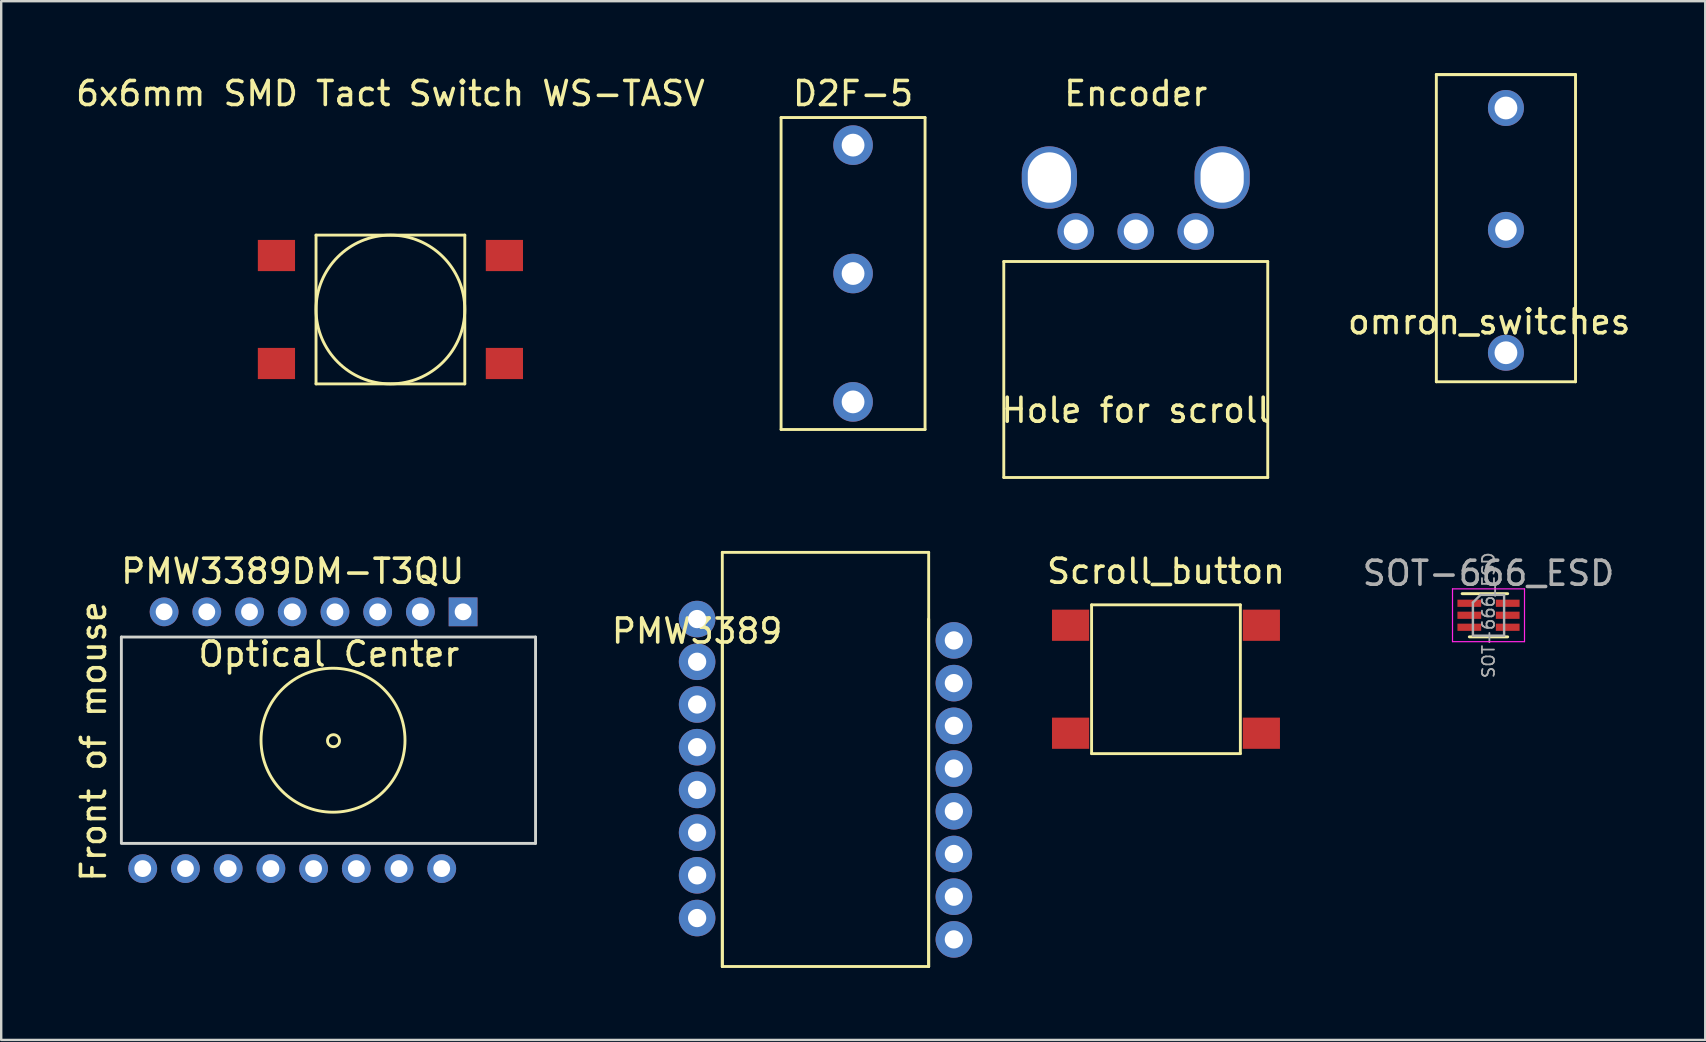
<source format=kicad_pcb>
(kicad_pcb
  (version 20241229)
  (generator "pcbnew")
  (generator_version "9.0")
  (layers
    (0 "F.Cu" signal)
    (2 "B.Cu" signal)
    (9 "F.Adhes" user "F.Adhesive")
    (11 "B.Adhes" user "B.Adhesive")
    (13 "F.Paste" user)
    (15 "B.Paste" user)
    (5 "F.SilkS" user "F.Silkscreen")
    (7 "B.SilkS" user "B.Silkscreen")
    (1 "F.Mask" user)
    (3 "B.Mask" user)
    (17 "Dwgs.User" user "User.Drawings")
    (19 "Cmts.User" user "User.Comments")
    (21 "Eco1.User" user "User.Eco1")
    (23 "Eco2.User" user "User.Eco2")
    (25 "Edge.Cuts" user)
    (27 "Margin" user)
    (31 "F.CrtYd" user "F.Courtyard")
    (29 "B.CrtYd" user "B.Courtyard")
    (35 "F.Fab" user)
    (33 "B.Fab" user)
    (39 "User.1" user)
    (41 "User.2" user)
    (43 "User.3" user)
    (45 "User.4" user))
  (footprint "PMW3389"
    (layer "F.Cu")
    (at 26.001 22.748)
    (property "Reference" "PMW3389" (at 0 0.5 0) (layer "F.SilkS") (effects (font (size 1 1) (thickness 0.15))))
    (attr through_hole)
    (fp_line (start 1.05 -2.78) (end 1.05 14.48) (stroke (width 0.12) (type solid)) (layer "F.SilkS"))
    (fp_line (start 1.05 -2.78) (end 9.65 -2.78) (stroke (width 0.12) (type solid)) (layer "F.SilkS"))
    (fp_line (start 1.05 14.48) (end 1.05 0) (stroke (width 0.12) (type solid)) (layer "F.SilkS"))
    (fp_line (start 9.65 -2.78) (end 9.65 14.48) (stroke (width 0.12) (type solid)) (layer "F.SilkS"))
    (fp_line (start 9.65 0) (end 9.65 14.48) (stroke (width 0.12) (type solid)) (layer "F.SilkS"))
    (fp_line (start 9.65 14.48) (end 1.05 14.48) (stroke (width 0.12) (type solid)) (layer "F.SilkS"))
    (pad "1" thru_hole circle (at 0 0) (size 1.524 1.524) (drill 0.762) (layers "*.Cu" "*.Mask"))
    (pad "2" thru_hole circle (at 0 1.78) (size 1.524 1.524) (drill 0.762) (layers "*.Cu" "*.Mask"))
    (pad "3" thru_hole circle (at 0 3.56) (size 1.524 1.524) (drill 0.762) (layers "*.Cu" "*.Mask"))
    (pad "4" thru_hole circle (at 0 5.34) (size 1.524 1.524) (drill 0.762) (layers "*.Cu" "*.Mask"))
    (pad "5" thru_hole circle (at 0 7.12) (size 1.524 1.524) (drill 0.762) (layers "*.Cu" "*.Mask"))
    (pad "6" thru_hole circle (at 0 8.9) (size 1.524 1.524) (drill 0.762) (layers "*.Cu" "*.Mask"))
    (pad "7" thru_hole circle (at 0 10.68) (size 1.524 1.524) (drill 0.762) (layers "*.Cu" "*.Mask"))
    (pad "8" thru_hole circle (at 0 12.46) (size 1.524 1.524) (drill 0.762) (layers "*.Cu" "*.Mask"))
    (pad "9" thru_hole circle (at 10.7 13.35) (size 1.524 1.524) (drill 0.762) (layers "*.Cu" "*.Mask"))
    (pad "10" thru_hole circle (at 10.7 11.57) (size 1.524 1.524) (drill 0.762) (layers "*.Cu" "*.Mask"))
    (pad "11" thru_hole circle (at 10.7 9.79) (size 1.524 1.524) (drill 0.762) (layers "*.Cu" "*.Mask"))
    (pad "12" thru_hole circle (at 10.7 8.01) (size 1.524 1.524) (drill 0.762) (layers "*.Cu" "*.Mask"))
    (pad "13" thru_hole circle (at 10.7 6.23) (size 1.524 1.524) (drill 0.762) (layers "*.Cu" "*.Mask"))
    (pad "14" thru_hole circle (at 10.7 4.45) (size 1.524 1.524) (drill 0.762) (layers "*.Cu" "*.Mask"))
    (pad "15" thru_hole circle (at 10.7 2.67) (size 1.524 1.524) (drill 0.762) (layers "*.Cu" "*.Mask"))
    (pad "16" thru_hole circle (at 10.7 0.89) (size 1.524 1.524) (drill 0.762) (layers "*.Cu" "*.Mask")))
  (footprint "PMW3389DM-T3QU"
    (layer "F.Cu")
    (at 10.848 27.817)
    (property "Reference" "PMW3389DM-T3QU" (at -1.7 -7.06 0) (layer "F.SilkS") (effects (font (size 1 1) (thickness 0.15))))
    (attr through_hole)
    (fp_circle (center -0.02 -0.02) (end 2.98 -0.02) (stroke (width 0.12) (type solid)) (fill no) (layer "F.SilkS"))
    (fp_circle (center 0 0) (end 0.25 0) (stroke (width 0.12) (type solid)) (fill no) (layer "F.SilkS"))
    (fp_line (start -8.84 -4.32) (end -8.84 4.25) (stroke (width 0.12) (type solid)) (layer "Edge.Cuts"))
    (fp_line (start -8.84 -4.32) (end 8.42 -4.32) (stroke (width 0.12) (type solid)) (layer "Edge.Cuts"))
    (fp_line (start -8.84 4.28) (end 8.42 4.28) (stroke (width 0.12) (type solid)) (layer "Edge.Cuts"))
    (fp_line (start 8.42 -4.32) (end 8.42 4.28) (stroke (width 0.12) (type solid)) (layer "Edge.Cuts"))
    (fp_text user "Front of mouse" (at -10 0.03 90) (layer "F.SilkS") (effects (font (size 1 1) (thickness 0.15))))
    (fp_text user "Optical Center" (at -0.19 -3.61 0) (layer "F.SilkS") (effects (font (size 1 1) (thickness 0.15))))
    (pad "1" thru_hole rect (at 5.4 -5.37) (size 1.2 1.2) (drill 0.7) (layers "*.Cu" "*.Mask"))
    (pad "2" thru_hole circle (at 3.62 -5.37) (size 1.2 1.2) (drill 0.7) (layers "*.Cu" "*.Mask"))
    (pad "3" thru_hole circle (at 1.84 -5.37) (size 1.2 1.2) (drill 0.7) (layers "*.Cu" "*.Mask"))
    (pad "4" thru_hole circle (at 0.06 -5.37) (size 1.2 1.2) (drill 0.7) (layers "*.Cu" "*.Mask"))
    (pad "5" thru_hole circle (at -1.72 -5.37) (size 1.2 1.2) (drill 0.7) (layers "*.Cu" "*.Mask"))
    (pad "6" thru_hole circle (at -3.5 -5.37) (size 1.2 1.2) (drill 0.7) (layers "*.Cu" "*.Mask"))
    (pad "7" thru_hole circle (at -5.28 -5.37) (size 1.2 1.2) (drill 0.7) (layers "*.Cu" "*.Mask"))
    (pad "8" thru_hole circle (at -7.06 -5.37) (size 1.2 1.2) (drill 0.7) (layers "*.Cu" "*.Mask"))
    (pad "9" thru_hole circle (at -7.95 5.33) (size 1.2 1.2) (drill 0.7) (layers "*.Cu" "*.Mask"))
    (pad "10" thru_hole circle (at -6.17 5.33) (size 1.2 1.2) (drill 0.7) (layers "*.Cu" "*.Mask"))
    (pad "11" thru_hole circle (at -4.39 5.33) (size 1.2 1.2) (drill 0.7) (layers "*.Cu" "*.Mask"))
    (pad "12" thru_hole circle (at -2.61 5.33) (size 1.2 1.2) (drill 0.7) (layers "*.Cu" "*.Mask"))
    (pad "13" thru_hole circle (at -0.83 5.33) (size 1.2 1.2) (drill 0.7) (layers "*.Cu" "*.Mask"))
    (pad "14" thru_hole circle (at 0.95 5.33) (size 1.2 1.2) (drill 0.7) (layers "*.Cu" "*.Mask"))
    (pad "15" thru_hole circle (at 2.73 5.33) (size 1.2 1.2) (drill 0.7) (layers "*.Cu" "*.Mask"))
    (pad "16" thru_hole circle (at 4.51 5.33) (size 1.2 1.2) (drill 0.7) (layers "*.Cu" "*.Mask")))
  (footprint "6x6mm SMD Tact Switch WS-TASV"
    (layer "F.Cu")
    (at 13.22 9.848)
    (property "Reference" "6x6mm SMD Tact Switch WS-TASV" (at 0 -9 0) (layer "F.SilkS") (effects (font (size 1 1) (thickness 0.15))))
    (attr through_hole)
    (fp_line (start -3.1 -3.1) (end -3.1 3.1) (stroke (width 0.12) (type solid)) (layer "F.SilkS"))
    (fp_line (start -3.1 3.1) (end 3.1 3.1) (stroke (width 0.12) (type solid)) (layer "F.SilkS"))
    (fp_line (start 3.1 -3.1) (end -3.1 -3.1) (stroke (width 0.12) (type solid)) (layer "F.SilkS"))
    (fp_line (start 3.1 3.1) (end 3.1 -3.1) (stroke (width 0.12) (type solid)) (layer "F.SilkS"))
    (fp_circle (center 0 0) (end 3.1 0) (stroke (width 0.12) (type solid)) (fill no) (layer "F.SilkS"))
    (pad "1" smd rect (at -4.75 -2.25) (size 1.55 1.3) (layers "F.Cu" "F.Mask" "F.Paste"))
    (pad "2" smd rect (at -4.75 2.25) (size 1.55 1.3) (layers "F.Cu" "F.Mask" "F.Paste"))
    (pad "3" smd rect (at 4.75 -2.25) (size 1.55 1.3) (layers "F.Cu" "F.Mask" "F.Paste"))
    (pad "4" smd rect (at 4.75 2.25) (size 1.55 1.3) (layers "F.Cu" "F.Mask" "F.Paste")))
  (footprint "Scroll_button"
    (layer "F.Cu")
    (at 45.54 25.256)
    (property "Reference" "Scroll_button" (at 0 -4.5 0) (layer "F.SilkS") (effects (font (size 1 1) (thickness 0.15))))
    (attr through_hole)
    (fp_line (start -3.1 -3.1) (end 3.1 -3.1) (stroke (width 0.12) (type solid)) (layer "F.SilkS"))
    (fp_line (start -3.1 3.1) (end -3.1 -3.1) (stroke (width 0.12) (type solid)) (layer "F.SilkS"))
    (fp_line (start 3.1 -3.1) (end 3.1 3.1) (stroke (width 0.12) (type solid)) (layer "F.SilkS"))
    (fp_line (start 3.1 3.1) (end -3.1 3.1) (stroke (width 0.12) (type solid)) (layer "F.SilkS"))
    (pad "1" smd rect (at -3.975 -2.25) (size 1.55 1.3) (layers "F.Cu" "F.Mask" "F.Paste"))
    (pad "2" smd rect (at -3.975 2.25) (size 1.55 1.3) (layers "F.Cu" "F.Mask" "F.Paste"))
    (pad "3" smd rect (at 3.975 -2.25) (size 1.55 1.3) (layers "F.Cu" "F.Mask" "F.Paste"))
    (pad "4" smd rect (at 3.975 2.25) (size 1.55 1.3) (layers "F.Cu" "F.Mask" "F.Paste")))
  (footprint "Encoder"
    (layer "F.Cu")
    (at 44.281 4.348)
    (property "Reference" "Encoder" (at 0 -3.5 0) (layer "F.SilkS") (effects (font (size 1 1) (thickness 0.15))))
    (attr through_hole)
    (fp_line (start -5.5 3.5) (end -5.5 12.5) (stroke (width 0.12) (type solid)) (layer "F.SilkS"))
    (fp_line (start -5.5 12.5) (end 5.5 12.5) (stroke (width 0.12) (type solid)) (layer "F.SilkS"))
    (fp_line (start 5.5 3.5) (end -5.5 3.5) (stroke (width 0.12) (type solid)) (layer "F.SilkS"))
    (fp_line (start 5.5 12.5) (end 5.5 3.5) (stroke (width 0.12) (type solid)) (layer "F.SilkS"))
    (fp_text user "Hole for scroll" (at 0 9.7 0) (layer "F.SilkS") (effects (font (size 1 1) (thickness 0.15))))
    (pad "" thru_hole oval (at -3.6 0) (size 2.3 2.6) (drill oval 1.8 2.1) (layers "*.Cu" "*.Mask"))
    (pad "" thru_hole oval (at 3.6 0) (size 2.3 2.6) (drill oval 1.8 2.1) (layers "*.Cu" "*.Mask"))
    (pad "A" thru_hole circle (at -2.5 2.25) (size 1.524 1.524) (drill 1) (layers "*.Cu" "*.Mask"))
    (pad "B" thru_hole circle (at 0 2.25) (size 1.524 1.524) (drill 1) (layers "*.Cu" "*.Mask"))
    (pad "C" thru_hole circle (at 2.5 2.25) (size 1.524 1.524) (drill 1) (layers "*.Cu" "*.Mask")))
  (footprint "D2F-5"
    (layer "F.Cu")
    (at 32.5 8.348)
    (property "Reference" "D2F-5" (at 0 -7.5 0) (layer "F.SilkS") (effects (font (size 1 1) (thickness 0.15))))
    (attr through_hole)
    (fp_line (start -3 -6.5) (end 3 -6.5) (stroke (width 0.12) (type solid)) (layer "F.SilkS"))
    (fp_line (start -3 6.5) (end -3 -6.5) (stroke (width 0.12) (type solid)) (layer "F.SilkS"))
    (fp_line (start 3 -6.5) (end 3 6.5) (stroke (width 0.12) (type solid)) (layer "F.SilkS"))
    (fp_line (start 3 6.5) (end -3 6.5) (stroke (width 0.12) (type solid)) (layer "F.SilkS"))
    (pad "1" thru_hole circle (at 0 -5.35) (size 1.65 1.65) (drill 0.95) (layers "*.Cu" "*.Mask"))
    (pad "2" thru_hole circle (at 0 0) (size 1.65 1.65) (drill 0.95) (layers "*.Cu" "*.Mask"))
    (pad "3" thru_hole circle (at 0 5.35) (size 1.65 1.65) (drill 0.95) (layers "*.Cu" "*.Mask")))
  (footprint "omron_switches"
    (layer "F.Cu")
    (at 59.707 6.55)
    (property "Reference" "omron_switches" (at -0.7 3.81 0) (layer "F.SilkS") (effects (font (size 1 1) (thickness 0.15))))
    (attr through_hole)
    (fp_line (start -2.9 -6.49) (end 2.9 -6.49) (stroke (width 0.12) (type solid)) (layer "F.SilkS"))
    (fp_line (start -2.9 -6.49) (end 2.9 -6.49) (stroke (width 0.12) (type solid)) (layer "F.SilkS"))
    (fp_line (start -2.9 6.31) (end -2.9 -6.49) (stroke (width 0.12) (type solid)) (layer "F.SilkS"))
    (fp_line (start 2.9 -6.49) (end 2.9 6.31) (stroke (width 0.12) (type solid)) (layer "F.SilkS"))
    (fp_line (start 2.9 6.31) (end -2.9 6.31) (stroke (width 0.12) (type solid)) (layer "F.SilkS"))
    (pad "1" thru_hole circle (at 0 -5.1) (size 1.5 1.5) (drill 0.95) (layers "*.Cu" "*.Mask"))
    (pad "2" thru_hole circle (at 0 -0.02) (size 1.5 1.5) (drill 0.9) (layers "*.Cu" "*.Mask"))
    (pad "3" thru_hole circle (at 0 5.1) (size 1.5 1.5) (drill 0.95) (layers "*.Cu" "*.Mask")))
  (footprint "SOT-666_ESD"
    (layer "F.Cu")
    (at 58.981 22.59)
    (property "Reference" "SOT-666_ESD" (at 0 -1.75 0) (layer "F.Fab") (effects (font (size 1 1) (thickness 0.15))))
    (attr smd)
    (fp_line (start -0.8 0.9) (end 0.8 0.9) (stroke (width 0.12) (type solid)) (layer "F.SilkS"))
    (fp_line (start 0.8 -0.9) (end -1.1 -0.9) (stroke (width 0.12) (type solid)) (layer "F.SilkS"))
    (fp_line (start -1.5 -1.1) (end -1.5 1.1) (stroke (width 0.05) (type solid)) (layer "F.CrtYd"))
    (fp_line (start -1.5 -1.1) (end 1.5 -1.1) (stroke (width 0.05) (type solid)) (layer "F.CrtYd"))
    (fp_line (start -1.5 1.1) (end 1.5 1.1) (stroke (width 0.05) (type solid)) (layer "F.CrtYd"))
    (fp_line (start 1.5 1.1) (end 1.5 -1.1) (stroke (width 0.05) (type solid)) (layer "F.CrtYd"))
    (fp_line (start -0.65 -0.53) (end -0.65 0.85) (stroke (width 0.1) (type solid)) (layer "F.Fab"))
    (fp_line (start -0.65 -0.53) (end -0.33 -0.85) (stroke (width 0.1) (type solid)) (layer "F.Fab"))
    (fp_line (start 0.65 -0.85) (end -0.33 -0.85) (stroke (width 0.1) (type solid)) (layer "F.Fab"))
    (fp_line (start 0.65 -0.85) (end 0.65 0.85) (stroke (width 0.1) (type solid)) (layer "F.Fab"))
    (fp_line (start 0.65 0.85) (end -0.65 0.85) (stroke (width 0.1) (type solid)) (layer "F.Fab"))
    (fp_text user "${REFERENCE}" (at 0 0 90) (layer "F.Fab") (effects (font (size 0.5 0.5) (thickness 0.075))))
    (pad "1" smd rect (at -0.8 -0.5 90) (size 0.3 0.99) (layers "F.Cu" "F.Mask" "F.Paste"))
    (pad "2" smd rect (at -0.8 0) (size 0.99 0.3) (layers "F.Cu" "F.Mask" "F.Paste"))
    (pad "3" smd rect (at -0.8 0.5 90) (size 0.3 0.99) (layers "F.Cu" "F.Mask" "F.Paste"))
    (pad "4" smd rect (at 0.8 0.5 90) (size 0.3 0.99) (layers "F.Cu" "F.Mask" "F.Paste"))
    (pad "5" smd rect (at 0.8 0 90) (size 0.3 0.99) (layers "F.Cu" "F.Mask" "F.Paste"))
    (pad "6" smd rect (at 0.8 -0.5 90) (size 0.3 0.99) (layers "F.Cu" "F.Mask" "F.Paste")))
  (gr_rect
    (start -3 -3)
    (end 68.013 40.288)
    (stroke (width 0.1) (type default))
    (fill no)
    (layer "Edge.Cuts")))
</source>
